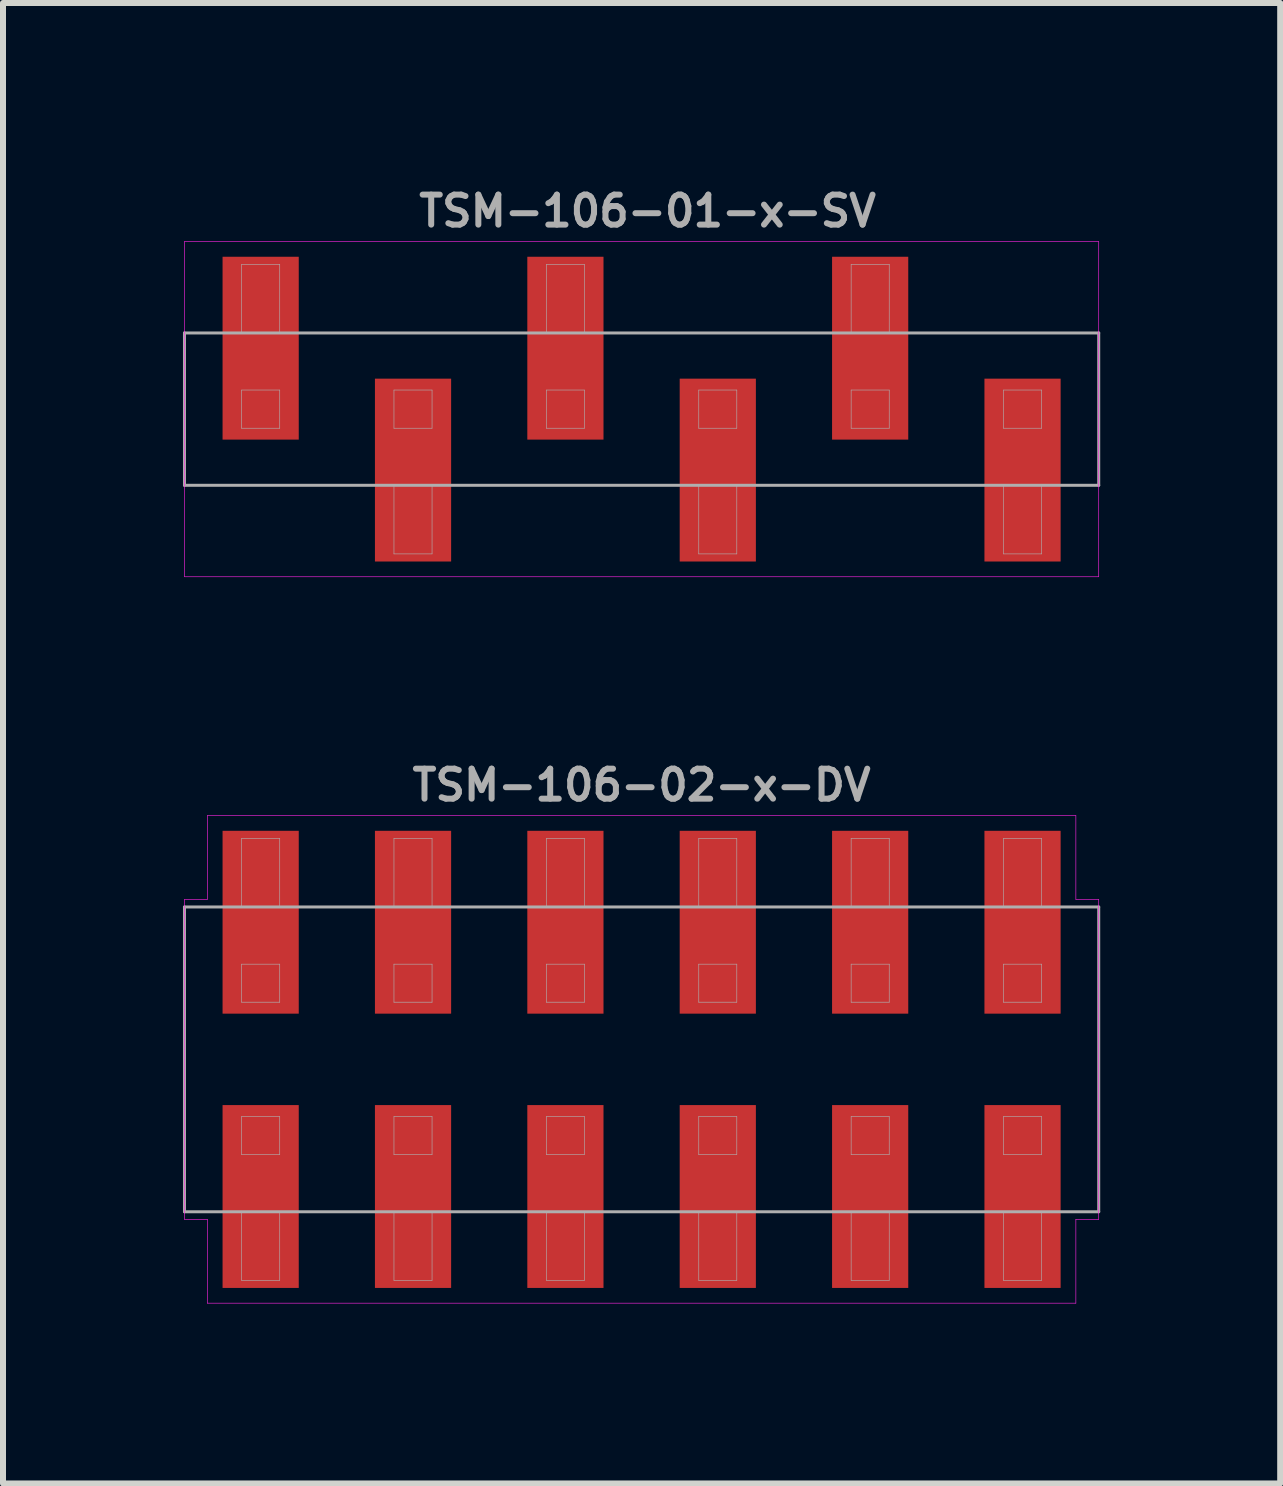
<source format=kicad_pcb>
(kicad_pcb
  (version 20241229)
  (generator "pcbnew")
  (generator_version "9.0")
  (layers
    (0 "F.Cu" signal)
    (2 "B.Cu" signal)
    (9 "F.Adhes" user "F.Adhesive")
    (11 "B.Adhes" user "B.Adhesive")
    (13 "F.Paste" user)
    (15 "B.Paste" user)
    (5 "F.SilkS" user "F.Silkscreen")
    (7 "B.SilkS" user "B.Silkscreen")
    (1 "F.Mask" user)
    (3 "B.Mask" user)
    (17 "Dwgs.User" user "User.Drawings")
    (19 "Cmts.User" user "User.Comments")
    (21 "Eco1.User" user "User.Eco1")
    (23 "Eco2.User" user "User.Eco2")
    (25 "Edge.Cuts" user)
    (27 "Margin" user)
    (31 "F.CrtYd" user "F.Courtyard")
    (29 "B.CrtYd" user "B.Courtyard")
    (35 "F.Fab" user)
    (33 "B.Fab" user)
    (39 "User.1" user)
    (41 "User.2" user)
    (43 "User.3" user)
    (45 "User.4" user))
  (footprint "TSM-106-02-x-DV"
    (layer "F.Cu")
    (at 7.645 14.609)
    (property "Reference" "TSM-106-02-x-DV" (at 0 -4.572 0) (layer "F.Fab") (effects (font (size 0.5 0.5) (thickness 0.1))))
    (attr smd)
    (fp_line (start -7.62 -2.667) (end -7.239 -2.667) (stroke (width 0.01) (type solid)) (layer "F.CrtYd"))
    (fp_line (start -7.62 2.667) (end -7.62 -2.667) (stroke (width 0.01) (type solid)) (layer "F.CrtYd"))
    (fp_line (start -7.239 -4.064) (end 7.239 -4.064) (stroke (width 0.01) (type solid)) (layer "F.CrtYd"))
    (fp_line (start -7.239 -2.667) (end -7.239 -4.064) (stroke (width 0.01) (type solid)) (layer "F.CrtYd"))
    (fp_line (start -7.239 2.667) (end -7.62 2.667) (stroke (width 0.01) (type solid)) (layer "F.CrtYd"))
    (fp_line (start -7.239 4.064) (end -7.239 2.667) (stroke (width 0.01) (type solid)) (layer "F.CrtYd"))
    (fp_line (start 7.239 -4.064) (end 7.239 -2.667) (stroke (width 0.01) (type solid)) (layer "F.CrtYd"))
    (fp_line (start 7.239 -2.667) (end 7.62 -2.667) (stroke (width 0.01) (type solid)) (layer "F.CrtYd"))
    (fp_line (start 7.239 2.667) (end 7.239 4.064) (stroke (width 0.01) (type solid)) (layer "F.CrtYd"))
    (fp_line (start 7.239 4.064) (end -7.239 4.064) (stroke (width 0.01) (type solid)) (layer "F.CrtYd"))
    (fp_line (start 7.62 -2.667) (end 7.62 2.667) (stroke (width 0.01) (type solid)) (layer "F.CrtYd"))
    (fp_line (start 7.62 2.667) (end 7.239 2.667) (stroke (width 0.01) (type solid)) (layer "F.CrtYd"))
    (fp_line (start -7.62 -2.54) (end 7.62 -2.54) (stroke (width 0.05) (type solid)) (layer "F.Fab"))
    (fp_line (start -7.62 2.54) (end -7.62 -2.54) (stroke (width 0.05) (type solid)) (layer "F.Fab"))
    (fp_line (start -6.668 -3.683) (end -6.032 -3.683) (stroke (width 0.01) (type solid)) (layer "F.Fab"))
    (fp_line (start -6.668 -2.54) (end -6.668 -3.683) (stroke (width 0.01) (type solid)) (layer "F.Fab"))
    (fp_line (start -6.668 -1.587) (end -6.668 -0.953) (stroke (width 0.01) (type solid)) (layer "F.Fab"))
    (fp_line (start -6.668 -0.953) (end -6.032 -0.953) (stroke (width 0.01) (type solid)) (layer "F.Fab"))
    (fp_line (start -6.668 0.953) (end -6.668 1.587) (stroke (width 0.01) (type solid)) (layer "F.Fab"))
    (fp_line (start -6.668 1.587) (end -6.032 1.587) (stroke (width 0.01) (type solid)) (layer "F.Fab"))
    (fp_line (start -6.668 3.683) (end -6.668 2.54) (stroke (width 0.01) (type solid)) (layer "F.Fab"))
    (fp_line (start -6.032 -3.683) (end -6.032 -2.54) (stroke (width 0.01) (type solid)) (layer "F.Fab"))
    (fp_line (start -6.032 -1.587) (end -6.668 -1.587) (stroke (width 0.01) (type solid)) (layer "F.Fab"))
    (fp_line (start -6.032 -0.953) (end -6.032 -1.587) (stroke (width 0.01) (type solid)) (layer "F.Fab"))
    (fp_line (start -6.032 0.953) (end -6.668 0.953) (stroke (width 0.01) (type solid)) (layer "F.Fab"))
    (fp_line (start -6.032 1.587) (end -6.032 0.953) (stroke (width 0.01) (type solid)) (layer "F.Fab"))
    (fp_line (start -6.032 2.54) (end -6.032 3.683) (stroke (width 0.01) (type solid)) (layer "F.Fab"))
    (fp_line (start -6.032 3.683) (end -6.668 3.683) (stroke (width 0.01) (type solid)) (layer "F.Fab"))
    (fp_line (start -4.128 -3.683) (end -3.493 -3.683) (stroke (width 0.01) (type solid)) (layer "F.Fab"))
    (fp_line (start -4.128 -2.54) (end -4.128 -3.683) (stroke (width 0.01) (type solid)) (layer "F.Fab"))
    (fp_line (start -4.128 -1.587) (end -4.128 -0.953) (stroke (width 0.01) (type solid)) (layer "F.Fab"))
    (fp_line (start -4.128 -0.953) (end -3.493 -0.953) (stroke (width 0.01) (type solid)) (layer "F.Fab"))
    (fp_line (start -4.128 0.953) (end -4.128 1.587) (stroke (width 0.01) (type solid)) (layer "F.Fab"))
    (fp_line (start -4.128 1.587) (end -3.493 1.587) (stroke (width 0.01) (type solid)) (layer "F.Fab"))
    (fp_line (start -4.128 3.683) (end -4.128 2.54) (stroke (width 0.01) (type solid)) (layer "F.Fab"))
    (fp_line (start -3.493 -3.683) (end -3.493 -2.54) (stroke (width 0.01) (type solid)) (layer "F.Fab"))
    (fp_line (start -3.493 -1.587) (end -4.128 -1.587) (stroke (width 0.01) (type solid)) (layer "F.Fab"))
    (fp_line (start -3.493 -0.953) (end -3.493 -1.587) (stroke (width 0.01) (type solid)) (layer "F.Fab"))
    (fp_line (start -3.493 0.953) (end -4.128 0.953) (stroke (width 0.01) (type solid)) (layer "F.Fab"))
    (fp_line (start -3.493 1.587) (end -3.493 0.953) (stroke (width 0.01) (type solid)) (layer "F.Fab"))
    (fp_line (start -3.493 2.54) (end -3.493 3.683) (stroke (width 0.01) (type solid)) (layer "F.Fab"))
    (fp_line (start -3.493 3.683) (end -4.128 3.683) (stroke (width 0.01) (type solid)) (layer "F.Fab"))
    (fp_line (start -1.587 -3.683) (end -0.953 -3.683) (stroke (width 0.01) (type solid)) (layer "F.Fab"))
    (fp_line (start -1.587 -2.54) (end -1.587 -3.683) (stroke (width 0.01) (type solid)) (layer "F.Fab"))
    (fp_line (start -1.587 -1.587) (end -1.587 -0.953) (stroke (width 0.01) (type solid)) (layer "F.Fab"))
    (fp_line (start -1.587 -0.953) (end -0.953 -0.953) (stroke (width 0.01) (type solid)) (layer "F.Fab"))
    (fp_line (start -1.587 0.953) (end -1.587 1.587) (stroke (width 0.01) (type solid)) (layer "F.Fab"))
    (fp_line (start -1.587 1.587) (end -0.953 1.587) (stroke (width 0.01) (type solid)) (layer "F.Fab"))
    (fp_line (start -1.587 3.683) (end -1.587 2.54) (stroke (width 0.01) (type solid)) (layer "F.Fab"))
    (fp_line (start -0.953 -3.683) (end -0.953 -2.54) (stroke (width 0.01) (type solid)) (layer "F.Fab"))
    (fp_line (start -0.953 -1.587) (end -1.587 -1.587) (stroke (width 0.01) (type solid)) (layer "F.Fab"))
    (fp_line (start -0.953 -0.953) (end -0.953 -1.587) (stroke (width 0.01) (type solid)) (layer "F.Fab"))
    (fp_line (start -0.953 0.953) (end -1.587 0.953) (stroke (width 0.01) (type solid)) (layer "F.Fab"))
    (fp_line (start -0.953 1.587) (end -0.953 0.953) (stroke (width 0.01) (type solid)) (layer "F.Fab"))
    (fp_line (start -0.953 2.54) (end -0.953 3.683) (stroke (width 0.01) (type solid)) (layer "F.Fab"))
    (fp_line (start -0.953 3.683) (end -1.587 3.683) (stroke (width 0.01) (type solid)) (layer "F.Fab"))
    (fp_line (start 0.953 -3.683) (end 1.587 -3.683) (stroke (width 0.01) (type solid)) (layer "F.Fab"))
    (fp_line (start 0.953 -2.54) (end 0.953 -3.683) (stroke (width 0.01) (type solid)) (layer "F.Fab"))
    (fp_line (start 0.953 -1.587) (end 0.953 -0.953) (stroke (width 0.01) (type solid)) (layer "F.Fab"))
    (fp_line (start 0.953 -0.953) (end 1.587 -0.953) (stroke (width 0.01) (type solid)) (layer "F.Fab"))
    (fp_line (start 0.953 0.953) (end 0.953 1.587) (stroke (width 0.01) (type solid)) (layer "F.Fab"))
    (fp_line (start 0.953 1.587) (end 1.587 1.587) (stroke (width 0.01) (type solid)) (layer "F.Fab"))
    (fp_line (start 0.953 3.683) (end 0.953 2.54) (stroke (width 0.01) (type solid)) (layer "F.Fab"))
    (fp_line (start 1.587 -3.683) (end 1.587 -2.54) (stroke (width 0.01) (type solid)) (layer "F.Fab"))
    (fp_line (start 1.587 -1.587) (end 0.953 -1.587) (stroke (width 0.01) (type solid)) (layer "F.Fab"))
    (fp_line (start 1.587 -0.953) (end 1.587 -1.587) (stroke (width 0.01) (type solid)) (layer "F.Fab"))
    (fp_line (start 1.587 0.953) (end 0.953 0.953) (stroke (width 0.01) (type solid)) (layer "F.Fab"))
    (fp_line (start 1.587 1.587) (end 1.587 0.953) (stroke (width 0.01) (type solid)) (layer "F.Fab"))
    (fp_line (start 1.587 2.54) (end 1.587 3.683) (stroke (width 0.01) (type solid)) (layer "F.Fab"))
    (fp_line (start 1.587 3.683) (end 0.953 3.683) (stroke (width 0.01) (type solid)) (layer "F.Fab"))
    (fp_line (start 3.493 -3.683) (end 4.128 -3.683) (stroke (width 0.01) (type solid)) (layer "F.Fab"))
    (fp_line (start 3.493 -2.54) (end 3.493 -3.683) (stroke (width 0.01) (type solid)) (layer "F.Fab"))
    (fp_line (start 3.493 -1.587) (end 3.493 -0.953) (stroke (width 0.01) (type solid)) (layer "F.Fab"))
    (fp_line (start 3.493 -0.953) (end 4.128 -0.953) (stroke (width 0.01) (type solid)) (layer "F.Fab"))
    (fp_line (start 3.493 0.953) (end 3.493 1.587) (stroke (width 0.01) (type solid)) (layer "F.Fab"))
    (fp_line (start 3.493 1.587) (end 4.128 1.587) (stroke (width 0.01) (type solid)) (layer "F.Fab"))
    (fp_line (start 3.493 3.683) (end 3.493 2.54) (stroke (width 0.01) (type solid)) (layer "F.Fab"))
    (fp_line (start 4.128 -3.683) (end 4.128 -2.54) (stroke (width 0.01) (type solid)) (layer "F.Fab"))
    (fp_line (start 4.128 -1.587) (end 3.493 -1.587) (stroke (width 0.01) (type solid)) (layer "F.Fab"))
    (fp_line (start 4.128 -0.953) (end 4.128 -1.587) (stroke (width 0.01) (type solid)) (layer "F.Fab"))
    (fp_line (start 4.128 0.953) (end 3.493 0.953) (stroke (width 0.01) (type solid)) (layer "F.Fab"))
    (fp_line (start 4.128 1.587) (end 4.128 0.953) (stroke (width 0.01) (type solid)) (layer "F.Fab"))
    (fp_line (start 4.128 2.54) (end 4.128 3.683) (stroke (width 0.01) (type solid)) (layer "F.Fab"))
    (fp_line (start 4.128 3.683) (end 3.493 3.683) (stroke (width 0.01) (type solid)) (layer "F.Fab"))
    (fp_line (start 6.032 -3.683) (end 6.668 -3.683) (stroke (width 0.01) (type solid)) (layer "F.Fab"))
    (fp_line (start 6.032 -2.54) (end 6.032 -3.683) (stroke (width 0.01) (type solid)) (layer "F.Fab"))
    (fp_line (start 6.032 -1.587) (end 6.032 -0.953) (stroke (width 0.01) (type solid)) (layer "F.Fab"))
    (fp_line (start 6.032 -0.953) (end 6.668 -0.953) (stroke (width 0.01) (type solid)) (layer "F.Fab"))
    (fp_line (start 6.032 0.953) (end 6.032 1.587) (stroke (width 0.01) (type solid)) (layer "F.Fab"))
    (fp_line (start 6.032 1.587) (end 6.668 1.587) (stroke (width 0.01) (type solid)) (layer "F.Fab"))
    (fp_line (start 6.032 3.683) (end 6.032 2.54) (stroke (width 0.01) (type solid)) (layer "F.Fab"))
    (fp_line (start 6.668 -3.683) (end 6.668 -2.54) (stroke (width 0.01) (type solid)) (layer "F.Fab"))
    (fp_line (start 6.668 -1.587) (end 6.032 -1.587) (stroke (width 0.01) (type solid)) (layer "F.Fab"))
    (fp_line (start 6.668 -0.953) (end 6.668 -1.587) (stroke (width 0.01) (type solid)) (layer "F.Fab"))
    (fp_line (start 6.668 0.953) (end 6.032 0.953) (stroke (width 0.01) (type solid)) (layer "F.Fab"))
    (fp_line (start 6.668 1.587) (end 6.668 0.953) (stroke (width 0.01) (type solid)) (layer "F.Fab"))
    (fp_line (start 6.668 2.54) (end 6.668 3.683) (stroke (width 0.01) (type solid)) (layer "F.Fab"))
    (fp_line (start 6.668 3.683) (end 6.032 3.683) (stroke (width 0.01) (type solid)) (layer "F.Fab"))
    (fp_line (start 7.62 -2.54) (end 7.62 2.54) (stroke (width 0.05) (type solid)) (layer "F.Fab"))
    (fp_line (start 7.62 2.54) (end -7.62 2.54) (stroke (width 0.05) (type solid)) (layer "F.Fab"))
    (pad "1" smd rect (at -6.35 2.286) (size 1.27 3.048) (layers "F.Cu" "F.Mask" "F.Paste"))
    (pad "2" smd rect (at -6.35 -2.286) (size 1.27 3.048) (layers "F.Cu" "F.Mask" "F.Paste"))
    (pad "3" smd rect (at -3.81 2.286) (size 1.27 3.048) (layers "F.Cu" "F.Mask" "F.Paste"))
    (pad "4" smd rect (at -3.81 -2.286) (size 1.27 3.048) (layers "F.Cu" "F.Mask" "F.Paste"))
    (pad "5" smd rect (at -1.27 2.286) (size 1.27 3.048) (layers "F.Cu" "F.Mask" "F.Paste"))
    (pad "6" smd rect (at -1.27 -2.286) (size 1.27 3.048) (layers "F.Cu" "F.Mask" "F.Paste"))
    (pad "7" smd rect (at 1.27 2.286) (size 1.27 3.048) (layers "F.Cu" "F.Mask" "F.Paste"))
    (pad "8" smd rect (at 1.27 -2.286) (size 1.27 3.048) (layers "F.Cu" "F.Mask" "F.Paste"))
    (pad "9" smd rect (at 3.81 2.286) (size 1.27 3.048) (layers "F.Cu" "F.Mask" "F.Paste"))
    (pad "10" smd rect (at 3.81 -2.286) (size 1.27 3.048) (layers "F.Cu" "F.Mask" "F.Paste"))
    (pad "11" smd rect (at 6.35 2.286) (size 1.27 3.048) (layers "F.Cu" "F.Mask" "F.Paste"))
    (pad "12" smd rect (at 6.35 -2.286) (size 1.27 3.048) (layers "F.Cu" "F.Mask" "F.Paste")))
  (footprint "TSM-106-01-x-SV"
    (layer "F.Cu")
    (at 7.645 3.77)
    (property "Reference" "TSM-106-01-x-SV" (at 0.1 -3.302 0) (layer "F.Fab") (effects (font (size 0.5 0.5) (thickness 0.1))))
    (attr smd)
    (fp_line (start -7.62 -2.794) (end -7.62 2.794) (stroke (width 0.01) (type solid)) (layer "F.CrtYd"))
    (fp_line (start -7.62 2.794) (end 7.62 2.794) (stroke (width 0.01) (type solid)) (layer "F.CrtYd"))
    (fp_line (start 7.62 -2.794) (end -7.62 -2.794) (stroke (width 0.01) (type solid)) (layer "F.CrtYd"))
    (fp_line (start 7.62 2.794) (end 7.62 -2.794) (stroke (width 0.01) (type solid)) (layer "F.CrtYd"))
    (fp_line (start -7.62 -1.27) (end -7.62 1.27) (stroke (width 0.05) (type solid)) (layer "F.Fab"))
    (fp_line (start -7.62 1.27) (end 7.62 1.27) (stroke (width 0.05) (type solid)) (layer "F.Fab"))
    (fp_line (start -6.668 -2.413) (end -6.032 -2.413) (stroke (width 0.01) (type solid)) (layer "F.Fab"))
    (fp_line (start -6.668 -1.27) (end -6.668 -2.413) (stroke (width 0.01) (type solid)) (layer "F.Fab"))
    (fp_line (start -6.668 -0.318) (end -6.668 0.318) (stroke (width 0.01) (type solid)) (layer "F.Fab"))
    (fp_line (start -6.668 0.318) (end -6.032 0.318) (stroke (width 0.01) (type solid)) (layer "F.Fab"))
    (fp_line (start -6.032 -2.413) (end -6.032 -1.27) (stroke (width 0.01) (type solid)) (layer "F.Fab"))
    (fp_line (start -6.032 -0.318) (end -6.668 -0.318) (stroke (width 0.01) (type solid)) (layer "F.Fab"))
    (fp_line (start -6.032 0.318) (end -6.032 -0.318) (stroke (width 0.01) (type solid)) (layer "F.Fab"))
    (fp_line (start -4.128 -0.318) (end -4.128 0.318) (stroke (width 0.01) (type solid)) (layer "F.Fab"))
    (fp_line (start -4.128 0.318) (end -3.493 0.318) (stroke (width 0.01) (type solid)) (layer "F.Fab"))
    (fp_line (start -4.128 2.413) (end -4.128 1.27) (stroke (width 0.01) (type solid)) (layer "F.Fab"))
    (fp_line (start -3.493 -0.318) (end -4.128 -0.318) (stroke (width 0.01) (type solid)) (layer "F.Fab"))
    (fp_line (start -3.493 0.318) (end -3.493 -0.318) (stroke (width 0.01) (type solid)) (layer "F.Fab"))
    (fp_line (start -3.493 1.27) (end -3.493 2.413) (stroke (width 0.01) (type solid)) (layer "F.Fab"))
    (fp_line (start -3.493 2.413) (end -4.128 2.413) (stroke (width 0.01) (type solid)) (layer "F.Fab"))
    (fp_line (start -1.587 -2.413) (end -0.953 -2.413) (stroke (width 0.01) (type solid)) (layer "F.Fab"))
    (fp_line (start -1.587 -1.27) (end -1.587 -2.413) (stroke (width 0.01) (type solid)) (layer "F.Fab"))
    (fp_line (start -1.587 -0.318) (end -1.587 0.318) (stroke (width 0.01) (type solid)) (layer "F.Fab"))
    (fp_line (start -1.587 0.318) (end -0.953 0.318) (stroke (width 0.01) (type solid)) (layer "F.Fab"))
    (fp_line (start -0.953 -2.413) (end -0.953 -1.27) (stroke (width 0.01) (type solid)) (layer "F.Fab"))
    (fp_line (start -0.953 -0.318) (end -1.587 -0.318) (stroke (width 0.01) (type solid)) (layer "F.Fab"))
    (fp_line (start -0.953 0.318) (end -0.953 -0.318) (stroke (width 0.01) (type solid)) (layer "F.Fab"))
    (fp_line (start 0.953 -0.318) (end 0.953 0.318) (stroke (width 0.01) (type solid)) (layer "F.Fab"))
    (fp_line (start 0.953 0.318) (end 1.587 0.318) (stroke (width 0.01) (type solid)) (layer "F.Fab"))
    (fp_line (start 0.953 2.413) (end 0.953 1.27) (stroke (width 0.01) (type solid)) (layer "F.Fab"))
    (fp_line (start 1.587 -0.318) (end 0.953 -0.318) (stroke (width 0.01) (type solid)) (layer "F.Fab"))
    (fp_line (start 1.587 0.318) (end 1.587 -0.318) (stroke (width 0.01) (type solid)) (layer "F.Fab"))
    (fp_line (start 1.587 1.27) (end 1.587 2.413) (stroke (width 0.01) (type solid)) (layer "F.Fab"))
    (fp_line (start 1.587 2.413) (end 0.953 2.413) (stroke (width 0.01) (type solid)) (layer "F.Fab"))
    (fp_line (start 3.493 -2.413) (end 4.128 -2.413) (stroke (width 0.01) (type solid)) (layer "F.Fab"))
    (fp_line (start 3.493 -1.27) (end 3.493 -2.413) (stroke (width 0.01) (type solid)) (layer "F.Fab"))
    (fp_line (start 3.493 -0.318) (end 3.493 0.318) (stroke (width 0.01) (type solid)) (layer "F.Fab"))
    (fp_line (start 3.493 0.318) (end 4.128 0.318) (stroke (width 0.01) (type solid)) (layer "F.Fab"))
    (fp_line (start 4.128 -2.413) (end 4.128 -1.27) (stroke (width 0.01) (type solid)) (layer "F.Fab"))
    (fp_line (start 4.128 -0.318) (end 3.493 -0.318) (stroke (width 0.01) (type solid)) (layer "F.Fab"))
    (fp_line (start 4.128 0.318) (end 4.128 -0.318) (stroke (width 0.01) (type solid)) (layer "F.Fab"))
    (fp_line (start 6.032 -0.318) (end 6.032 0.318) (stroke (width 0.01) (type solid)) (layer "F.Fab"))
    (fp_line (start 6.032 0.318) (end 6.668 0.318) (stroke (width 0.01) (type solid)) (layer "F.Fab"))
    (fp_line (start 6.032 2.413) (end 6.032 1.27) (stroke (width 0.01) (type solid)) (layer "F.Fab"))
    (fp_line (start 6.668 -0.318) (end 6.032 -0.318) (stroke (width 0.01) (type solid)) (layer "F.Fab"))
    (fp_line (start 6.668 0.318) (end 6.668 -0.318) (stroke (width 0.01) (type solid)) (layer "F.Fab"))
    (fp_line (start 6.668 1.27) (end 6.668 2.413) (stroke (width 0.01) (type solid)) (layer "F.Fab"))
    (fp_line (start 6.668 2.413) (end 6.032 2.413) (stroke (width 0.01) (type solid)) (layer "F.Fab"))
    (fp_line (start 7.62 -1.27) (end -7.62 -1.27) (stroke (width 0.05) (type solid)) (layer "F.Fab"))
    (fp_line (start 7.62 1.27) (end 7.62 -1.27) (stroke (width 0.05) (type solid)) (layer "F.Fab"))
    (pad "1" smd rect (at -6.35 -1.016) (size 1.27 3.048) (layers "F.Cu" "F.Mask" "F.Paste"))
    (pad "2" smd rect (at -3.81 1.016) (size 1.27 3.048) (layers "F.Cu" "F.Mask" "F.Paste"))
    (pad "3" smd rect (at -1.27 -1.016) (size 1.27 3.048) (layers "F.Cu" "F.Mask" "F.Paste"))
    (pad "4" smd rect (at 1.27 1.016) (size 1.27 3.048) (layers "F.Cu" "F.Mask" "F.Paste"))
    (pad "5" smd rect (at 3.81 -1.016) (size 1.27 3.048) (layers "F.Cu" "F.Mask" "F.Paste"))
    (pad "6" smd rect (at 6.35 1.016) (size 1.27 3.048) (layers "F.Cu" "F.Mask" "F.Paste")))
  (gr_rect
    (start -3 -3)
    (end 18.29 21.678)
    (stroke (width 0.1) (type default))
    (fill no)
    (layer "Edge.Cuts")))
</source>
